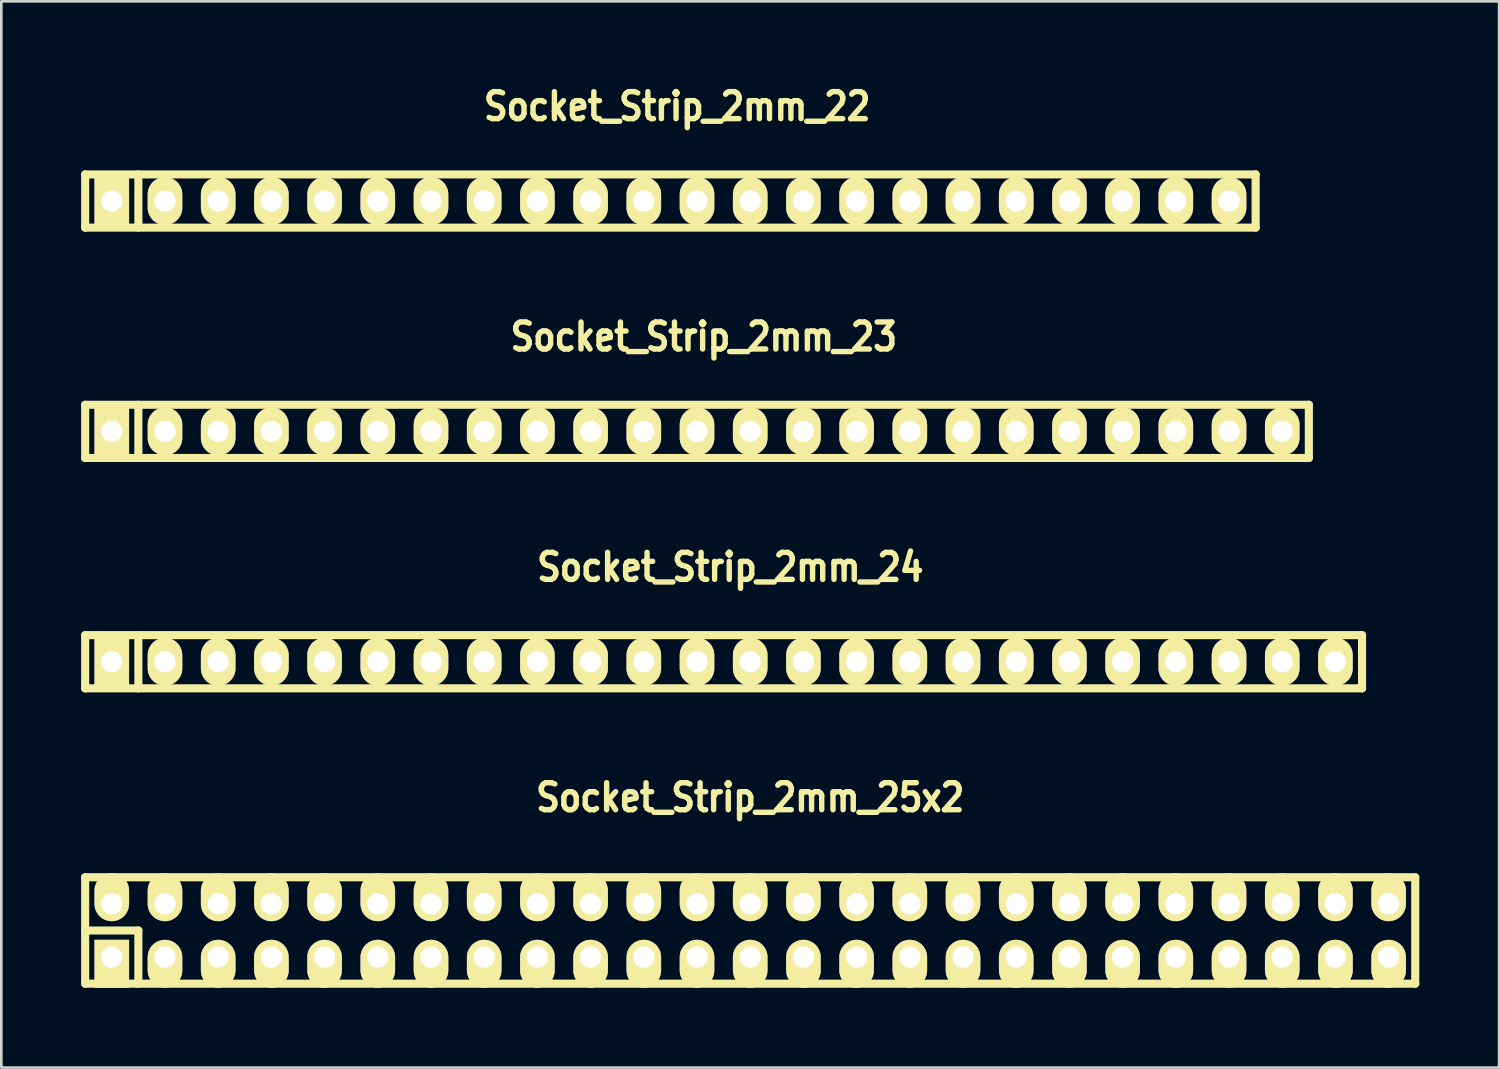
<source format=kicad_pcb>
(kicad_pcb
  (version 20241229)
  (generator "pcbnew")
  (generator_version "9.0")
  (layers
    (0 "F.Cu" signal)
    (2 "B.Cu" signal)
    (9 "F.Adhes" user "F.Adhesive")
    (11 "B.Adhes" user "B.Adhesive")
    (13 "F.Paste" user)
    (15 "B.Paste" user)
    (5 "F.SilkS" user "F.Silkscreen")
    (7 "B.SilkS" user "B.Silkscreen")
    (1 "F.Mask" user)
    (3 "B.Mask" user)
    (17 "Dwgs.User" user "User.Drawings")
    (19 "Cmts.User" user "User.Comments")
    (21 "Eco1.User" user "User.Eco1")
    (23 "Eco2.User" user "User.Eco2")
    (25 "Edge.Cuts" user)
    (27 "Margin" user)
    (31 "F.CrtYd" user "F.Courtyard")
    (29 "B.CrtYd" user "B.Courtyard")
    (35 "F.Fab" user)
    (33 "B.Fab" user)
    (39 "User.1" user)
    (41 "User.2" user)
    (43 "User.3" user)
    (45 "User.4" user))
  (footprint "Socket_Strip_2mm_25x2"
    (layer "F.Cu")
    (at 25.152 31.929)
    (property "Reference" "Socket_Strip_2mm_25x2" (at 0 -5 0) (layer "F.SilkS") (effects (font (size 1.016 0.889) (thickness 0.203))))
    (attr through_hole)
    (fp_line (start -25 -2) (end 25 -2) (stroke (width 0.305) (type solid)) (layer "F.SilkS"))
    (fp_line (start -25 0) (end -23 0) (stroke (width 0.305) (type solid)) (layer "F.SilkS"))
    (fp_line (start -25 2) (end -25 -2) (stroke (width 0.305) (type solid)) (layer "F.SilkS"))
    (fp_line (start -23 0) (end -23 2) (stroke (width 0.305) (type solid)) (layer "F.SilkS"))
    (fp_line (start 25 -2) (end 25 2) (stroke (width 0.305) (type solid)) (layer "F.SilkS"))
    (fp_line (start 25 2) (end -25 2) (stroke (width 0.305) (type solid)) (layer "F.SilkS"))
    (pad "1" thru_hole rect (at -24 1) (size 1.3 1.8) (drill 0.8 (offset 0 0.25)) (layers "*.Cu" "*.Mask" "F.SilkS"))
    (pad "2" thru_hole oval (at -24 -1) (size 1.3 1.8) (drill 0.8 (offset 0 -0.25)) (layers "*.Cu" "*.Mask" "F.SilkS"))
    (pad "3" thru_hole oval (at -22 1) (size 1.3 1.8) (drill 0.8 (offset 0 0.25)) (layers "*.Cu" "*.Mask" "F.SilkS"))
    (pad "4" thru_hole oval (at -22 -1) (size 1.3 1.8) (drill 0.8 (offset 0 -0.25)) (layers "*.Cu" "*.Mask" "F.SilkS"))
    (pad "5" thru_hole oval (at -20 1) (size 1.3 1.8) (drill 0.8 (offset 0 0.25)) (layers "*.Cu" "*.Mask" "F.SilkS"))
    (pad "6" thru_hole oval (at -20 -1) (size 1.3 1.8) (drill 0.8 (offset 0 -0.25)) (layers "*.Cu" "*.Mask" "F.SilkS"))
    (pad "7" thru_hole oval (at -18 1) (size 1.3 1.8) (drill 0.8 (offset 0 0.25)) (layers "*.Cu" "*.Mask" "F.SilkS"))
    (pad "8" thru_hole oval (at -18 -1) (size 1.3 1.8) (drill 0.8 (offset 0 -0.25)) (layers "*.Cu" "*.Mask" "F.SilkS"))
    (pad "9" thru_hole oval (at -16 1) (size 1.3 1.8) (drill 0.8 (offset 0 0.25)) (layers "*.Cu" "*.Mask" "F.SilkS"))
    (pad "10" thru_hole oval (at -16 -1) (size 1.3 1.8) (drill 0.8 (offset 0 -0.25)) (layers "*.Cu" "*.Mask" "F.SilkS"))
    (pad "11" thru_hole oval (at -14 1) (size 1.3 1.8) (drill 0.8 (offset 0 0.25)) (layers "*.Cu" "*.Mask" "F.SilkS"))
    (pad "12" thru_hole oval (at -14 -1) (size 1.3 1.8) (drill 0.8 (offset 0 -0.25)) (layers "*.Cu" "*.Mask" "F.SilkS"))
    (pad "13" thru_hole oval (at -12 1) (size 1.3 1.8) (drill 0.8 (offset 0 0.25)) (layers "*.Cu" "*.Mask" "F.SilkS"))
    (pad "14" thru_hole oval (at -12 -1) (size 1.3 1.8) (drill 0.8 (offset 0 -0.25)) (layers "*.Cu" "*.Mask" "F.SilkS"))
    (pad "15" thru_hole oval (at -10 1) (size 1.3 1.8) (drill 0.8 (offset 0 0.25)) (layers "*.Cu" "*.Mask" "F.SilkS"))
    (pad "16" thru_hole oval (at -10 -1) (size 1.3 1.8) (drill 0.8 (offset 0 -0.25)) (layers "*.Cu" "*.Mask" "F.SilkS"))
    (pad "17" thru_hole oval (at -8 1) (size 1.3 1.8) (drill 0.8 (offset 0 0.25)) (layers "*.Cu" "*.Mask" "F.SilkS"))
    (pad "18" thru_hole oval (at -8 -1) (size 1.3 1.8) (drill 0.8 (offset 0 -0.25)) (layers "*.Cu" "*.Mask" "F.SilkS"))
    (pad "19" thru_hole oval (at -6 1) (size 1.3 1.8) (drill 0.8 (offset 0 0.25)) (layers "*.Cu" "*.Mask" "F.SilkS"))
    (pad "20" thru_hole oval (at -6 -1) (size 1.3 1.8) (drill 0.8 (offset 0 -0.25)) (layers "*.Cu" "*.Mask" "F.SilkS"))
    (pad "21" thru_hole oval (at -4 1) (size 1.3 1.8) (drill 0.8 (offset 0 0.25)) (layers "*.Cu" "*.Mask" "F.SilkS"))
    (pad "22" thru_hole oval (at -4 -1) (size 1.3 1.8) (drill 0.8 (offset 0 -0.25)) (layers "*.Cu" "*.Mask" "F.SilkS"))
    (pad "23" thru_hole oval (at -2 1) (size 1.3 1.8) (drill 0.8 (offset 0 0.25)) (layers "*.Cu" "*.Mask" "F.SilkS"))
    (pad "24" thru_hole oval (at -2 -1) (size 1.3 1.8) (drill 0.8 (offset 0 -0.25)) (layers "*.Cu" "*.Mask" "F.SilkS"))
    (pad "25" thru_hole oval (at 0 1) (size 1.3 1.8) (drill 0.8 (offset 0 0.25)) (layers "*.Cu" "*.Mask" "F.SilkS"))
    (pad "26" thru_hole oval (at 0 -1) (size 1.3 1.8) (drill 0.8 (offset 0 -0.25)) (layers "*.Cu" "*.Mask" "F.SilkS"))
    (pad "27" thru_hole oval (at 2 1) (size 1.3 1.8) (drill 0.8 (offset 0 0.25)) (layers "*.Cu" "*.Mask" "F.SilkS"))
    (pad "28" thru_hole oval (at 2 -1) (size 1.3 1.8) (drill 0.8 (offset 0 -0.25)) (layers "*.Cu" "*.Mask" "F.SilkS"))
    (pad "29" thru_hole oval (at 4 1) (size 1.3 1.8) (drill 0.8 (offset 0 0.25)) (layers "*.Cu" "*.Mask" "F.SilkS"))
    (pad "30" thru_hole oval (at 4 -1) (size 1.3 1.8) (drill 0.8 (offset 0 -0.25)) (layers "*.Cu" "*.Mask" "F.SilkS"))
    (pad "31" thru_hole oval (at 6 1) (size 1.3 1.8) (drill 0.8 (offset 0 0.25)) (layers "*.Cu" "*.Mask" "F.SilkS"))
    (pad "32" thru_hole oval (at 6 -1) (size 1.3 1.8) (drill 0.8 (offset 0 -0.25)) (layers "*.Cu" "*.Mask" "F.SilkS"))
    (pad "33" thru_hole oval (at 8 1) (size 1.3 1.8) (drill 0.8 (offset 0 0.25)) (layers "*.Cu" "*.Mask" "F.SilkS"))
    (pad "34" thru_hole oval (at 8 -1) (size 1.3 1.8) (drill 0.8 (offset 0 -0.25)) (layers "*.Cu" "*.Mask" "F.SilkS"))
    (pad "35" thru_hole oval (at 10 1) (size 1.3 1.8) (drill 0.8 (offset 0 0.25)) (layers "*.Cu" "*.Mask" "F.SilkS"))
    (pad "36" thru_hole oval (at 10 -1) (size 1.3 1.8) (drill 0.8 (offset 0 -0.25)) (layers "*.Cu" "*.Mask" "F.SilkS"))
    (pad "37" thru_hole oval (at 12 1) (size 1.3 1.8) (drill 0.8 (offset 0 0.25)) (layers "*.Cu" "*.Mask" "F.SilkS"))
    (pad "38" thru_hole oval (at 12 -1) (size 1.3 1.8) (drill 0.8 (offset 0 -0.25)) (layers "*.Cu" "*.Mask" "F.SilkS"))
    (pad "39" thru_hole oval (at 14 1) (size 1.3 1.8) (drill 0.8 (offset 0 0.25)) (layers "*.Cu" "*.Mask" "F.SilkS"))
    (pad "40" thru_hole oval (at 14 -1) (size 1.3 1.8) (drill 0.8 (offset 0 -0.25)) (layers "*.Cu" "*.Mask" "F.SilkS"))
    (pad "41" thru_hole oval (at 16 1) (size 1.3 1.8) (drill 0.8 (offset 0 0.25)) (layers "*.Cu" "*.Mask" "F.SilkS"))
    (pad "42" thru_hole oval (at 16 -1) (size 1.3 1.8) (drill 0.8 (offset 0 -0.25)) (layers "*.Cu" "*.Mask" "F.SilkS"))
    (pad "43" thru_hole oval (at 18 1) (size 1.3 1.8) (drill 0.8 (offset 0 0.25)) (layers "*.Cu" "*.Mask" "F.SilkS"))
    (pad "44" thru_hole oval (at 18 -1) (size 1.3 1.8) (drill 0.8 (offset 0 -0.25)) (layers "*.Cu" "*.Mask" "F.SilkS"))
    (pad "45" thru_hole oval (at 20 1) (size 1.3 1.8) (drill 0.8 (offset 0 0.25)) (layers "*.Cu" "*.Mask" "F.SilkS"))
    (pad "46" thru_hole oval (at 20 -1) (size 1.3 1.8) (drill 0.8 (offset 0 -0.25)) (layers "*.Cu" "*.Mask" "F.SilkS"))
    (pad "47" thru_hole oval (at 22 1) (size 1.3 1.8) (drill 0.8 (offset 0 0.25)) (layers "*.Cu" "*.Mask" "F.SilkS"))
    (pad "48" thru_hole oval (at 22 -1) (size 1.3 1.8) (drill 0.8 (offset 0 -0.25)) (layers "*.Cu" "*.Mask" "F.SilkS"))
    (pad "49" thru_hole oval (at 24 1) (size 1.3 1.8) (drill 0.8 (offset 0 0.25)) (layers "*.Cu" "*.Mask" "F.SilkS"))
    (pad "50" thru_hole oval (at 24 -1) (size 1.3 1.8) (drill 0.8 (offset 0 -0.25)) (layers "*.Cu" "*.Mask" "F.SilkS")))
  (footprint "Socket_Strip_2mm_24"
    (layer "F.Cu")
    (at 24.152 21.826)
    (property "Reference" "Socket_Strip_2mm_24" (at 0.254 -3.556 0) (layer "F.SilkS") (effects (font (size 1.016 0.889) (thickness 0.203))))
    (attr through_hole)
    (fp_line (start -24 -1) (end 24 -1) (stroke (width 0.305) (type solid)) (layer "F.SilkS"))
    (fp_line (start -24 1) (end -24 -1) (stroke (width 0.305) (type solid)) (layer "F.SilkS"))
    (fp_line (start -22 -1) (end -22 1) (stroke (width 0.305) (type solid)) (layer "F.SilkS"))
    (fp_line (start 24 -1) (end 24 1) (stroke (width 0.305) (type solid)) (layer "F.SilkS"))
    (fp_line (start 24 1) (end -24 1) (stroke (width 0.305) (type solid)) (layer "F.SilkS"))
    (pad "1" thru_hole rect (at -23 0) (size 1.3 1.8) (drill 0.8) (layers "*.Cu" "*.Mask" "F.SilkS"))
    (pad "2" thru_hole oval (at -21 0) (size 1.3 1.8) (drill 0.8) (layers "*.Cu" "*.Mask" "F.SilkS"))
    (pad "3" thru_hole oval (at -19 0) (size 1.3 1.8) (drill 0.8) (layers "*.Cu" "*.Mask" "F.SilkS"))
    (pad "4" thru_hole oval (at -17 0) (size 1.3 1.8) (drill 0.8) (layers "*.Cu" "*.Mask" "F.SilkS"))
    (pad "5" thru_hole oval (at -15 0) (size 1.3 1.8) (drill 0.8) (layers "*.Cu" "*.Mask" "F.SilkS"))
    (pad "6" thru_hole oval (at -13 0) (size 1.3 1.8) (drill 0.8) (layers "*.Cu" "*.Mask" "F.SilkS"))
    (pad "7" thru_hole oval (at -11 0) (size 1.3 1.8) (drill 0.8) (layers "*.Cu" "*.Mask" "F.SilkS"))
    (pad "8" thru_hole oval (at -9 0) (size 1.3 1.8) (drill 0.8) (layers "*.Cu" "*.Mask" "F.SilkS"))
    (pad "9" thru_hole oval (at -7 0) (size 1.3 1.8) (drill 0.8) (layers "*.Cu" "*.Mask" "F.SilkS"))
    (pad "10" thru_hole oval (at -5 0) (size 1.3 1.8) (drill 0.8) (layers "*.Cu" "*.Mask" "F.SilkS"))
    (pad "11" thru_hole oval (at -3 0) (size 1.3 1.8) (drill 0.8) (layers "*.Cu" "*.Mask" "F.SilkS"))
    (pad "12" thru_hole oval (at -1 0) (size 1.3 1.8) (drill 0.8) (layers "*.Cu" "*.Mask" "F.SilkS"))
    (pad "13" thru_hole oval (at 1 0) (size 1.3 1.8) (drill 0.8) (layers "*.Cu" "*.Mask" "F.SilkS"))
    (pad "14" thru_hole oval (at 3 0) (size 1.3 1.8) (drill 0.8) (layers "*.Cu" "*.Mask" "F.SilkS"))
    (pad "15" thru_hole oval (at 5 0) (size 1.3 1.8) (drill 0.8) (layers "*.Cu" "*.Mask" "F.SilkS"))
    (pad "16" thru_hole oval (at 7 0) (size 1.3 1.8) (drill 0.8) (layers "*.Cu" "*.Mask" "F.SilkS"))
    (pad "17" thru_hole oval (at 9 0) (size 1.3 1.8) (drill 0.8) (layers "*.Cu" "*.Mask" "F.SilkS"))
    (pad "18" thru_hole oval (at 11 0) (size 1.3 1.8) (drill 0.8) (layers "*.Cu" "*.Mask" "F.SilkS"))
    (pad "19" thru_hole oval (at 13 0) (size 1.3 1.8) (drill 0.8) (layers "*.Cu" "*.Mask" "F.SilkS"))
    (pad "20" thru_hole oval (at 15 0) (size 1.3 1.8) (drill 0.8) (layers "*.Cu" "*.Mask" "F.SilkS"))
    (pad "21" thru_hole oval (at 17 0) (size 1.3 1.8) (drill 0.8) (layers "*.Cu" "*.Mask" "F.SilkS"))
    (pad "22" thru_hole oval (at 19 0) (size 1.3 1.8) (drill 0.8) (layers "*.Cu" "*.Mask" "F.SilkS"))
    (pad "23" thru_hole oval (at 21 0) (size 1.3 1.8) (drill 0.8) (layers "*.Cu" "*.Mask" "F.SilkS"))
    (pad "24" thru_hole oval (at 23 0) (size 1.3 1.8) (drill 0.8) (layers "*.Cu" "*.Mask" "F.SilkS")))
  (footprint "Socket_Strip_2mm_23"
    (layer "F.Cu")
    (at 23.152 13.166)
    (property "Reference" "Socket_Strip_2mm_23" (at 0.254 -3.556 0) (layer "F.SilkS") (effects (font (size 1.016 0.889) (thickness 0.203))))
    (attr through_hole)
    (fp_line (start -23 -1) (end 23 -1) (stroke (width 0.305) (type solid)) (layer "F.SilkS"))
    (fp_line (start -23 1) (end -23 -1) (stroke (width 0.305) (type solid)) (layer "F.SilkS"))
    (fp_line (start -21 -1) (end -21 1) (stroke (width 0.305) (type solid)) (layer "F.SilkS"))
    (fp_line (start 23 -1) (end 23 1) (stroke (width 0.305) (type solid)) (layer "F.SilkS"))
    (fp_line (start 23 1) (end -23 1) (stroke (width 0.305) (type solid)) (layer "F.SilkS"))
    (pad "1" thru_hole rect (at -22 0) (size 1.3 1.8) (drill 0.8) (layers "*.Cu" "*.Mask" "F.SilkS"))
    (pad "2" thru_hole oval (at -20 0) (size 1.3 1.8) (drill 0.8) (layers "*.Cu" "*.Mask" "F.SilkS"))
    (pad "3" thru_hole oval (at -18 0) (size 1.3 1.8) (drill 0.8) (layers "*.Cu" "*.Mask" "F.SilkS"))
    (pad "4" thru_hole oval (at -16 0) (size 1.3 1.8) (drill 0.8) (layers "*.Cu" "*.Mask" "F.SilkS"))
    (pad "5" thru_hole oval (at -14 0) (size 1.3 1.8) (drill 0.8) (layers "*.Cu" "*.Mask" "F.SilkS"))
    (pad "6" thru_hole oval (at -12 0) (size 1.3 1.8) (drill 0.8) (layers "*.Cu" "*.Mask" "F.SilkS"))
    (pad "7" thru_hole oval (at -10 0) (size 1.3 1.8) (drill 0.8) (layers "*.Cu" "*.Mask" "F.SilkS"))
    (pad "8" thru_hole oval (at -8 0) (size 1.3 1.8) (drill 0.8) (layers "*.Cu" "*.Mask" "F.SilkS"))
    (pad "9" thru_hole oval (at -6 0) (size 1.3 1.8) (drill 0.8) (layers "*.Cu" "*.Mask" "F.SilkS"))
    (pad "10" thru_hole oval (at -4 0) (size 1.3 1.8) (drill 0.8) (layers "*.Cu" "*.Mask" "F.SilkS"))
    (pad "11" thru_hole oval (at -2 0) (size 1.3 1.8) (drill 0.8) (layers "*.Cu" "*.Mask" "F.SilkS"))
    (pad "12" thru_hole oval (at 0 0) (size 1.3 1.8) (drill 0.8) (layers "*.Cu" "*.Mask" "F.SilkS"))
    (pad "13" thru_hole oval (at 2 0) (size 1.3 1.8) (drill 0.8) (layers "*.Cu" "*.Mask" "F.SilkS"))
    (pad "14" thru_hole oval (at 4 0) (size 1.3 1.8) (drill 0.8) (layers "*.Cu" "*.Mask" "F.SilkS"))
    (pad "15" thru_hole oval (at 6 0) (size 1.3 1.8) (drill 0.8) (layers "*.Cu" "*.Mask" "F.SilkS"))
    (pad "16" thru_hole oval (at 8 0) (size 1.3 1.8) (drill 0.8) (layers "*.Cu" "*.Mask" "F.SilkS"))
    (pad "17" thru_hole oval (at 10 0) (size 1.3 1.8) (drill 0.8) (layers "*.Cu" "*.Mask" "F.SilkS"))
    (pad "18" thru_hole oval (at 12 0) (size 1.3 1.8) (drill 0.8) (layers "*.Cu" "*.Mask" "F.SilkS"))
    (pad "19" thru_hole oval (at 14 0) (size 1.3 1.8) (drill 0.8) (layers "*.Cu" "*.Mask" "F.SilkS"))
    (pad "20" thru_hole oval (at 16 0) (size 1.3 1.8) (drill 0.8) (layers "*.Cu" "*.Mask" "F.SilkS"))
    (pad "21" thru_hole oval (at 18 0) (size 1.3 1.8) (drill 0.8) (layers "*.Cu" "*.Mask" "F.SilkS"))
    (pad "22" thru_hole oval (at 20 0) (size 1.3 1.8) (drill 0.8) (layers "*.Cu" "*.Mask" "F.SilkS"))
    (pad "23" thru_hole oval (at 22 0) (size 1.3 1.8) (drill 0.8) (layers "*.Cu" "*.Mask" "F.SilkS")))
  (footprint "Socket_Strip_2mm_22"
    (layer "F.Cu")
    (at 22.152 4.507)
    (property "Reference" "Socket_Strip_2mm_22" (at 0.254 -3.556 0) (layer "F.SilkS") (effects (font (size 1.016 0.889) (thickness 0.203))))
    (attr through_hole)
    (fp_line (start -22 -1) (end 22 -1) (stroke (width 0.305) (type solid)) (layer "F.SilkS"))
    (fp_line (start -22 1) (end -22 -1) (stroke (width 0.305) (type solid)) (layer "F.SilkS"))
    (fp_line (start -20 -1) (end -20 1) (stroke (width 0.305) (type solid)) (layer "F.SilkS"))
    (fp_line (start 22 -1) (end 22 1) (stroke (width 0.305) (type solid)) (layer "F.SilkS"))
    (fp_line (start 22 1) (end -22 1) (stroke (width 0.305) (type solid)) (layer "F.SilkS"))
    (pad "1" thru_hole rect (at -21 0) (size 1.3 1.8) (drill 0.8) (layers "*.Cu" "*.Mask" "F.SilkS"))
    (pad "2" thru_hole oval (at -19 0) (size 1.3 1.8) (drill 0.8) (layers "*.Cu" "*.Mask" "F.SilkS"))
    (pad "3" thru_hole oval (at -17 0) (size 1.3 1.8) (drill 0.8) (layers "*.Cu" "*.Mask" "F.SilkS"))
    (pad "4" thru_hole oval (at -15 0) (size 1.3 1.8) (drill 0.8) (layers "*.Cu" "*.Mask" "F.SilkS"))
    (pad "5" thru_hole oval (at -13 0) (size 1.3 1.8) (drill 0.8) (layers "*.Cu" "*.Mask" "F.SilkS"))
    (pad "6" thru_hole oval (at -11 0) (size 1.3 1.8) (drill 0.8) (layers "*.Cu" "*.Mask" "F.SilkS"))
    (pad "7" thru_hole oval (at -9 0) (size 1.3 1.8) (drill 0.8) (layers "*.Cu" "*.Mask" "F.SilkS"))
    (pad "8" thru_hole oval (at -7 0) (size 1.3 1.8) (drill 0.8) (layers "*.Cu" "*.Mask" "F.SilkS"))
    (pad "9" thru_hole oval (at -5 0) (size 1.3 1.8) (drill 0.8) (layers "*.Cu" "*.Mask" "F.SilkS"))
    (pad "10" thru_hole oval (at -3 0) (size 1.3 1.8) (drill 0.8) (layers "*.Cu" "*.Mask" "F.SilkS"))
    (pad "11" thru_hole oval (at -1 0) (size 1.3 1.8) (drill 0.8) (layers "*.Cu" "*.Mask" "F.SilkS"))
    (pad "12" thru_hole oval (at 1 0) (size 1.3 1.8) (drill 0.8) (layers "*.Cu" "*.Mask" "F.SilkS"))
    (pad "13" thru_hole oval (at 3 0) (size 1.3 1.8) (drill 0.8) (layers "*.Cu" "*.Mask" "F.SilkS"))
    (pad "14" thru_hole oval (at 5 0) (size 1.3 1.8) (drill 0.8) (layers "*.Cu" "*.Mask" "F.SilkS"))
    (pad "15" thru_hole oval (at 7 0) (size 1.3 1.8) (drill 0.8) (layers "*.Cu" "*.Mask" "F.SilkS"))
    (pad "16" thru_hole oval (at 9 0) (size 1.3 1.8) (drill 0.8) (layers "*.Cu" "*.Mask" "F.SilkS"))
    (pad "17" thru_hole oval (at 11 0) (size 1.3 1.8) (drill 0.8) (layers "*.Cu" "*.Mask" "F.SilkS"))
    (pad "18" thru_hole oval (at 13 0) (size 1.3 1.8) (drill 0.8) (layers "*.Cu" "*.Mask" "F.SilkS"))
    (pad "19" thru_hole oval (at 15 0) (size 1.3 1.8) (drill 0.8) (layers "*.Cu" "*.Mask" "F.SilkS"))
    (pad "20" thru_hole oval (at 17 0) (size 1.3 1.8) (drill 0.8) (layers "*.Cu" "*.Mask" "F.SilkS"))
    (pad "21" thru_hole oval (at 19 0) (size 1.3 1.8) (drill 0.8) (layers "*.Cu" "*.Mask" "F.SilkS"))
    (pad "22" thru_hole oval (at 21 0) (size 1.3 1.8) (drill 0.8) (layers "*.Cu" "*.Mask" "F.SilkS")))
  (gr_rect
    (start -3 -3)
    (end 53.305 37.082)
    (stroke (width 0.1) (type default))
    (fill no)
    (layer "Edge.Cuts")))
</source>
